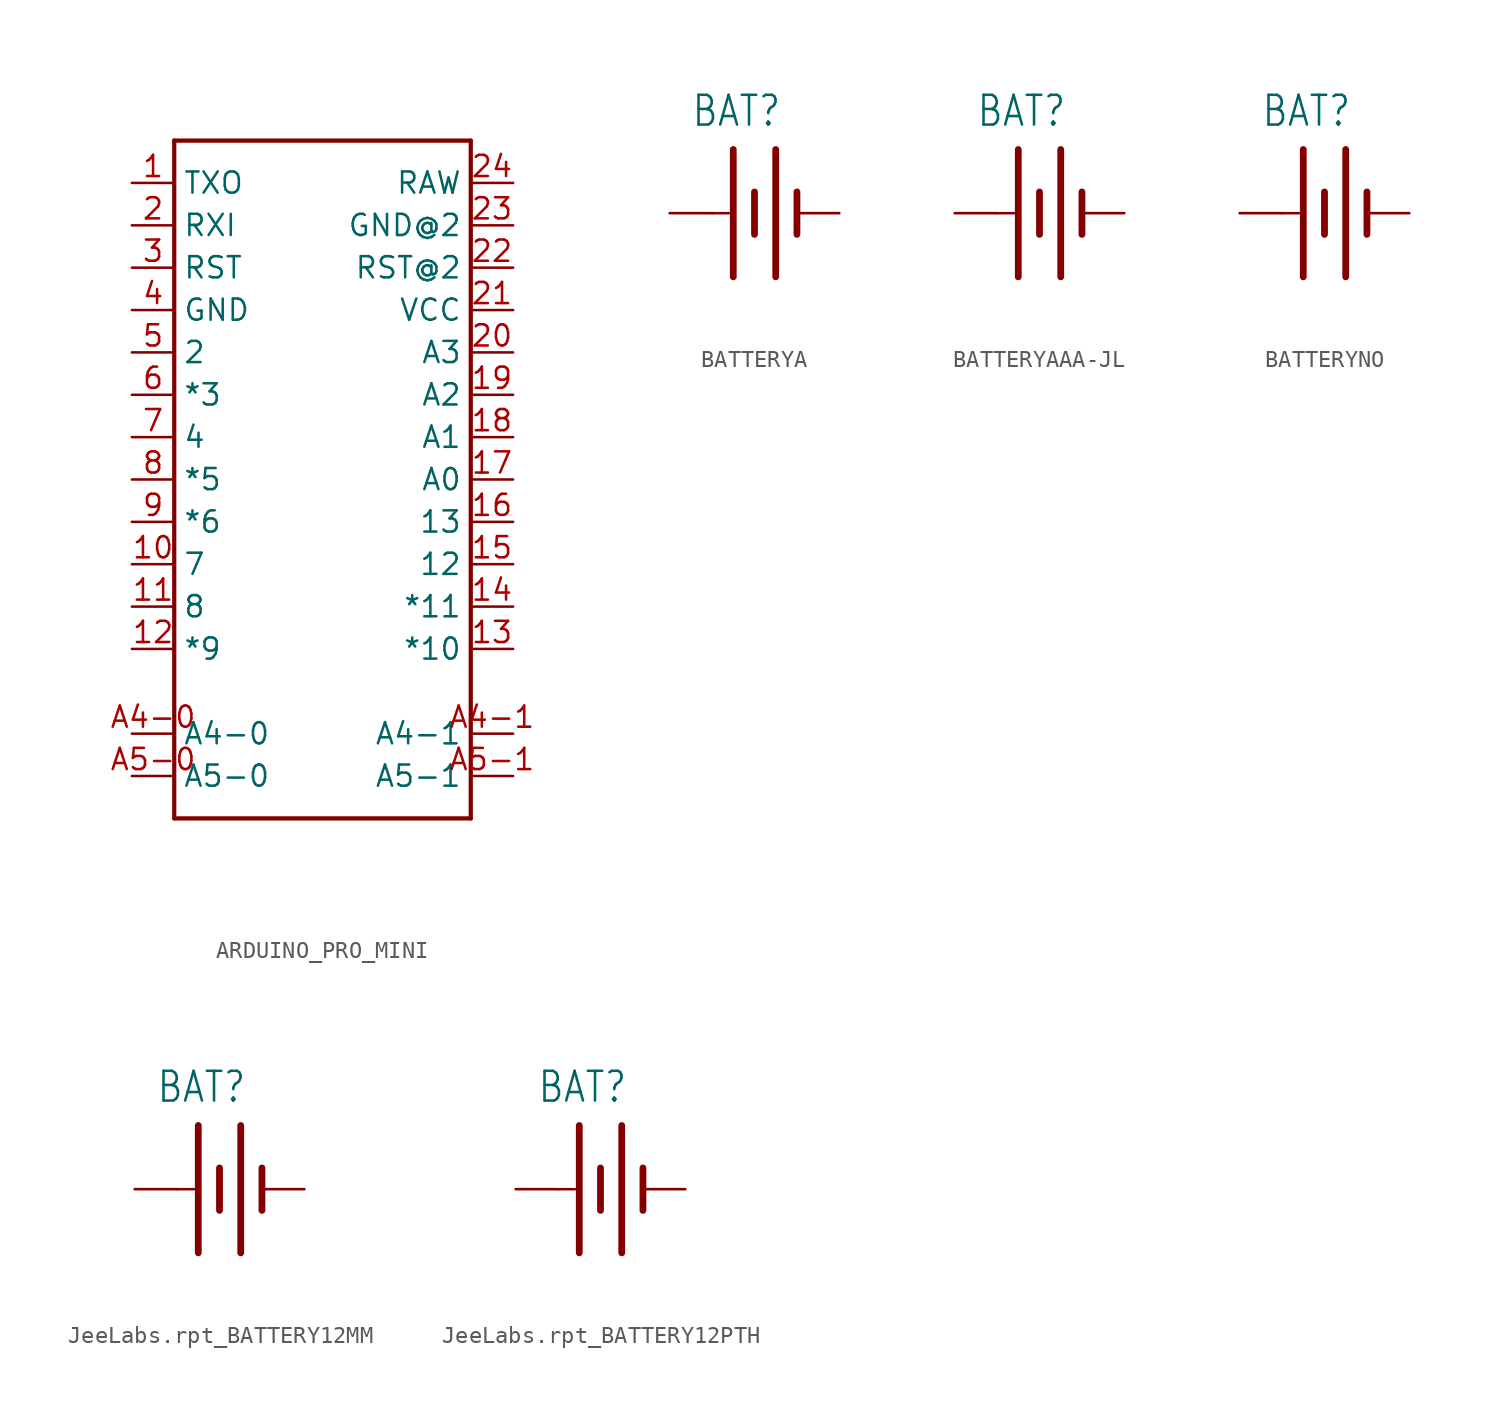
<source format=kicad_sym>
(kicad_symbol_lib
  (version 20231120)
  (generator "kicad_symbol_editor")
  (generator_version "8.0")
  (symbol "ARDUINO_PRO_MINI"
    (property "Reference" ""
      (at -7.62 18.542 0)
      (effects (font (size 1.778 1.511)) (justify left bottom) (hide yes)))
    (property "Value" ""
      (at -7.62 -25.4 0)
      (effects (font (size 1.778 1.511)) (justify left bottom)))
    (property "ki_locked" ""
      (at 0 0 0)
      (effects (font (size 1.27 1.27))))
    (symbol "ARDUINO_PRO_MINI_1_0"
      (polyline (pts (xy -7.62 -22.86) (xy 10.16 -22.86)) (stroke (width 0.254) (type solid)) (fill (type none)))
      (polyline (pts (xy -7.62 17.78) (xy -7.62 -22.86)) (stroke (width 0.254) (type solid)) (fill (type none)))
      (polyline (pts (xy 10.16 -22.86) (xy 10.16 17.78)) (stroke (width 0.254) (type solid)) (fill (type none)))
      (polyline (pts (xy 10.16 17.78) (xy -7.62 17.78)) (stroke (width 0.254) (type solid)) (fill (type none)))
      (pin bidirectional line (at -10.16 15.24 0) (length 2.54) (name "TXO" (effects (font (size 1.27 1.27)))) (number "1" (effects (font (size 1.27 1.27)))))
      (pin bidirectional line (at -10.16 -7.62 0) (length 2.54) (name "7" (effects (font (size 1.27 1.27)))) (number "10" (effects (font (size 1.27 1.27)))))
      (pin bidirectional line (at -10.16 -10.16 0) (length 2.54) (name "8" (effects (font (size 1.27 1.27)))) (number "11" (effects (font (size 1.27 1.27)))))
      (pin bidirectional line (at -10.16 -12.7 0) (length 2.54) (name "*9" (effects (font (size 1.27 1.27)))) (number "12" (effects (font (size 1.27 1.27)))))
      (pin bidirectional line (at 12.7 -12.7 180) (length 2.54) (name "*10" (effects (font (size 1.27 1.27)))) (number "13" (effects (font (size 1.27 1.27)))))
      (pin bidirectional line (at 12.7 -10.16 180) (length 2.54) (name "*11" (effects (font (size 1.27 1.27)))) (number "14" (effects (font (size 1.27 1.27)))))
      (pin bidirectional line (at 12.7 -7.62 180) (length 2.54) (name "12" (effects (font (size 1.27 1.27)))) (number "15" (effects (font (size 1.27 1.27)))))
      (pin bidirectional line (at 12.7 -5.08 180) (length 2.54) (name "13" (effects (font (size 1.27 1.27)))) (number "16" (effects (font (size 1.27 1.27)))))
      (pin bidirectional line (at 12.7 -2.54 180) (length 2.54) (name "A0" (effects (font (size 1.27 1.27)))) (number "17" (effects (font (size 1.27 1.27)))))
      (pin bidirectional line (at 12.7 0 180) (length 2.54) (name "A1" (effects (font (size 1.27 1.27)))) (number "18" (effects (font (size 1.27 1.27)))))
      (pin bidirectional line (at 12.7 2.54 180) (length 2.54) (name "A2" (effects (font (size 1.27 1.27)))) (number "19" (effects (font (size 1.27 1.27)))))
      (pin bidirectional line (at -10.16 12.7 0) (length 2.54) (name "RXI" (effects (font (size 1.27 1.27)))) (number "2" (effects (font (size 1.27 1.27)))))
      (pin bidirectional line (at 12.7 5.08 180) (length 2.54) (name "A3" (effects (font (size 1.27 1.27)))) (number "20" (effects (font (size 1.27 1.27)))))
      (pin bidirectional line (at 12.7 7.62 180) (length 2.54) (name "VCC" (effects (font (size 1.27 1.27)))) (number "21" (effects (font (size 1.27 1.27)))))
      (pin bidirectional line (at 12.7 10.16 180) (length 2.54) (name "RST@2" (effects (font (size 1.27 1.27)))) (number "22" (effects (font (size 1.27 1.27)))))
      (pin bidirectional line (at 12.7 12.7 180) (length 2.54) (name "GND@2" (effects (font (size 1.27 1.27)))) (number "23" (effects (font (size 1.27 1.27)))))
      (pin bidirectional line (at 12.7 15.24 180) (length 2.54) (name "RAW" (effects (font (size 1.27 1.27)))) (number "24" (effects (font (size 1.27 1.27)))))
      (pin bidirectional line (at -10.16 10.16 0) (length 2.54) (name "RST" (effects (font (size 1.27 1.27)))) (number "3" (effects (font (size 1.27 1.27)))))
      (pin bidirectional line (at -10.16 7.62 0) (length 2.54) (name "GND" (effects (font (size 1.27 1.27)))) (number "4" (effects (font (size 1.27 1.27)))))
      (pin bidirectional line (at -10.16 5.08 0) (length 2.54) (name "2" (effects (font (size 1.27 1.27)))) (number "5" (effects (font (size 1.27 1.27)))))
      (pin bidirectional line (at -10.16 2.54 0) (length 2.54) (name "*3" (effects (font (size 1.27 1.27)))) (number "6" (effects (font (size 1.27 1.27)))))
      (pin bidirectional line (at -10.16 0 0) (length 2.54) (name "4" (effects (font (size 1.27 1.27)))) (number "7" (effects (font (size 1.27 1.27)))))
      (pin bidirectional line (at -10.16 -2.54 0) (length 2.54) (name "*5" (effects (font (size 1.27 1.27)))) (number "8" (effects (font (size 1.27 1.27)))))
      (pin bidirectional line (at -10.16 -5.08 0) (length 2.54) (name "*6" (effects (font (size 1.27 1.27)))) (number "9" (effects (font (size 1.27 1.27)))))
      (pin bidirectional line (at -10.16 -17.78 0) (length 2.54) (name "A4-0" (effects (font (size 1.27 1.27)))) (number "A4-0" (effects (font (size 1.27 1.27)))))
      (pin bidirectional line (at 12.7 -17.78 180) (length 2.54) (name "A4-1" (effects (font (size 1.27 1.27)))) (number "A4-1" (effects (font (size 1.27 1.27)))))
      (pin bidirectional line (at -10.16 -20.32 0) (length 2.54) (name "A5-0" (effects (font (size 1.27 1.27)))) (number "A5-0" (effects (font (size 1.27 1.27)))))
      (pin bidirectional line (at 12.7 -20.32 180) (length 2.54) (name "A5-1" (effects (font (size 1.27 1.27)))) (number "A5-1" (effects (font (size 1.27 1.27)))))))
  (symbol "BATTERYA"
    (property "Reference" "BAT"
      (at -3.81 5.08 0)
      (effects (font (size 1.778 1.511)) (justify left bottom)))
    (property "Value" ""
      (at -3.81 -6.35 0)
      (effects (font (size 1.778 1.511)) (justify left bottom)))
    (property "ki_locked" ""
      (at 0 0 0)
      (effects (font (size 1.27 1.27))))
    (symbol "BATTERYA_1_0"
      (polyline (pts (xy -2.54 0) (xy -1.524 0)) (stroke (width 0.152) (type solid)) (fill (type none)))
      (polyline (pts (xy -1.27 3.81) (xy -1.27 -3.81)) (stroke (width 0.406) (type solid)) (fill (type none)))
      (polyline (pts (xy 0 1.27) (xy 0 -1.27)) (stroke (width 0.406) (type solid)) (fill (type none)))
      (polyline (pts (xy 1.27 3.81) (xy 1.27 -3.81)) (stroke (width 0.406) (type solid)) (fill (type none)))
      (polyline (pts (xy 2.54 1.27) (xy 2.54 -1.27)) (stroke (width 0.406) (type solid)) (fill (type none)))
      (pin power_in line (at 5.08 0 180) (length 2.54) (name "-" (effects (font (size 0 0)))) (number "GND@1" (effects (font (size 0 0)))))
      (pin power_in line (at -5.08 0 0) (length 2.54) (name "+" (effects (font (size 0 0)))) (number "PWR@1" (effects (font (size 0 0)))))))
  (symbol "BATTERYAAA-JL"
    (property "Reference" "BAT"
      (at -3.81 5.08 0)
      (effects (font (size 1.778 1.511)) (justify left bottom)))
    (property "Value" ""
      (at -3.81 -6.35 0)
      (effects (font (size 1.778 1.511)) (justify left bottom)))
    (property "ki_locked" ""
      (at 0 0 0)
      (effects (font (size 1.27 1.27))))
    (symbol "BATTERYAAA-JL_1_0"
      (polyline (pts (xy -2.54 0) (xy -1.524 0)) (stroke (width 0.152) (type solid)) (fill (type none)))
      (polyline (pts (xy -1.27 3.81) (xy -1.27 -3.81)) (stroke (width 0.406) (type solid)) (fill (type none)))
      (polyline (pts (xy 0 1.27) (xy 0 -1.27)) (stroke (width 0.406) (type solid)) (fill (type none)))
      (polyline (pts (xy 1.27 3.81) (xy 1.27 -3.81)) (stroke (width 0.406) (type solid)) (fill (type none)))
      (polyline (pts (xy 2.54 1.27) (xy 2.54 -1.27)) (stroke (width 0.406) (type solid)) (fill (type none)))
      (pin power_in line (at 5.08 0 180) (length 2.54) (name "-" (effects (font (size 0 0)))) (number "GND@1" (effects (font (size 0 0)))))
      (pin power_in line (at -5.08 0 0) (length 2.54) (name "+" (effects (font (size 0 0)))) (number "PWR@1" (effects (font (size 0 0)))))))
  (symbol "BATTERYNO"
    (property "Reference" "BAT"
      (at -3.81 5.08 0)
      (effects (font (size 1.778 1.511)) (justify left bottom)))
    (property "Value" ""
      (at -3.81 -6.35 0)
      (effects (font (size 1.778 1.511)) (justify left bottom)))
    (property "ki_locked" ""
      (at 0 0 0)
      (effects (font (size 1.27 1.27))))
    (symbol "BATTERYNO_1_0"
      (polyline (pts (xy -2.54 0) (xy -1.524 0)) (stroke (width 0.152) (type solid)) (fill (type none)))
      (polyline (pts (xy -1.27 3.81) (xy -1.27 -3.81)) (stroke (width 0.406) (type solid)) (fill (type none)))
      (polyline (pts (xy 0 1.27) (xy 0 -1.27)) (stroke (width 0.406) (type solid)) (fill (type none)))
      (polyline (pts (xy 1.27 3.81) (xy 1.27 -3.81)) (stroke (width 0.406) (type solid)) (fill (type none)))
      (polyline (pts (xy 2.54 1.27) (xy 2.54 -1.27)) (stroke (width 0.406) (type solid)) (fill (type none)))
      (pin power_in line (at 5.08 0 180) (length 2.54) (name "-" (effects (font (size 0 0)))) (number "GND@1" (effects (font (size 0 0)))))
      (pin power_in line (at -5.08 0 0) (length 2.54) (name "+" (effects (font (size 0 0)))) (number "PWR@1" (effects (font (size 0 0)))))))
  (symbol "JeeLabs.rpt_BATTERY12MM"
    (property "Reference" "BAT"
      (at -3.81 5.08 0)
      (effects (font (size 1.778 1.511)) (justify left bottom)))
    (property "Value" ""
      (at -3.81 -6.35 0)
      (effects (font (size 1.778 1.511)) (justify left bottom)))
    (property "ki_locked" ""
      (at 0 0 0)
      (effects (font (size 1.27 1.27))))
    (symbol "JeeLabs.rpt_BATTERY12MM_1_0"
      (polyline (pts (xy -2.54 0) (xy -1.524 0)) (stroke (width 0.152) (type solid)) (fill (type none)))
      (polyline (pts (xy -1.27 3.81) (xy -1.27 -3.81)) (stroke (width 0.406) (type solid)) (fill (type none)))
      (polyline (pts (xy 0 1.27) (xy 0 -1.27)) (stroke (width 0.406) (type solid)) (fill (type none)))
      (polyline (pts (xy 1.27 3.81) (xy 1.27 -3.81)) (stroke (width 0.406) (type solid)) (fill (type none)))
      (polyline (pts (xy 2.54 1.27) (xy 2.54 -1.27)) (stroke (width 0.406) (type solid)) (fill (type none)))
      (pin power_in line (at 5.08 0 180) (length 2.54) (name "-" (effects (font (size 0 0)))) (number "GND" (effects (font (size 0 0)))))
      (pin power_in line (at -5.08 0 0) (length 2.54) (name "+" (effects (font (size 0 0)))) (number "PWR@1" (effects (font (size 0 0)))))))
  (symbol "JeeLabs.rpt_BATTERY12PTH"
    (property "Reference" "BAT"
      (at -3.81 5.08 0)
      (effects (font (size 1.778 1.511)) (justify left bottom)))
    (property "Value" ""
      (at -3.81 -6.35 0)
      (effects (font (size 1.778 1.511)) (justify left bottom)))
    (property "ki_locked" ""
      (at 0 0 0)
      (effects (font (size 1.27 1.27))))
    (symbol "JeeLabs.rpt_BATTERY12PTH_1_0"
      (polyline (pts (xy -2.54 0) (xy -1.524 0)) (stroke (width 0.152) (type solid)) (fill (type none)))
      (polyline (pts (xy -1.27 3.81) (xy -1.27 -3.81)) (stroke (width 0.406) (type solid)) (fill (type none)))
      (polyline (pts (xy 0 1.27) (xy 0 -1.27)) (stroke (width 0.406) (type solid)) (fill (type none)))
      (polyline (pts (xy 1.27 3.81) (xy 1.27 -3.81)) (stroke (width 0.406) (type solid)) (fill (type none)))
      (polyline (pts (xy 2.54 1.27) (xy 2.54 -1.27)) (stroke (width 0.406) (type solid)) (fill (type none)))
      (pin power_in line (at 5.08 0 180) (length 2.54) (name "-" (effects (font (size 0 0)))) (number "GND" (effects (font (size 0 0)))))
      (pin power_in line (at -5.08 0 0) (length 2.54) (name "+" (effects (font (size 0 0)))) (number "VCC@1" (effects (font (size 0 0))))))))
</source>
